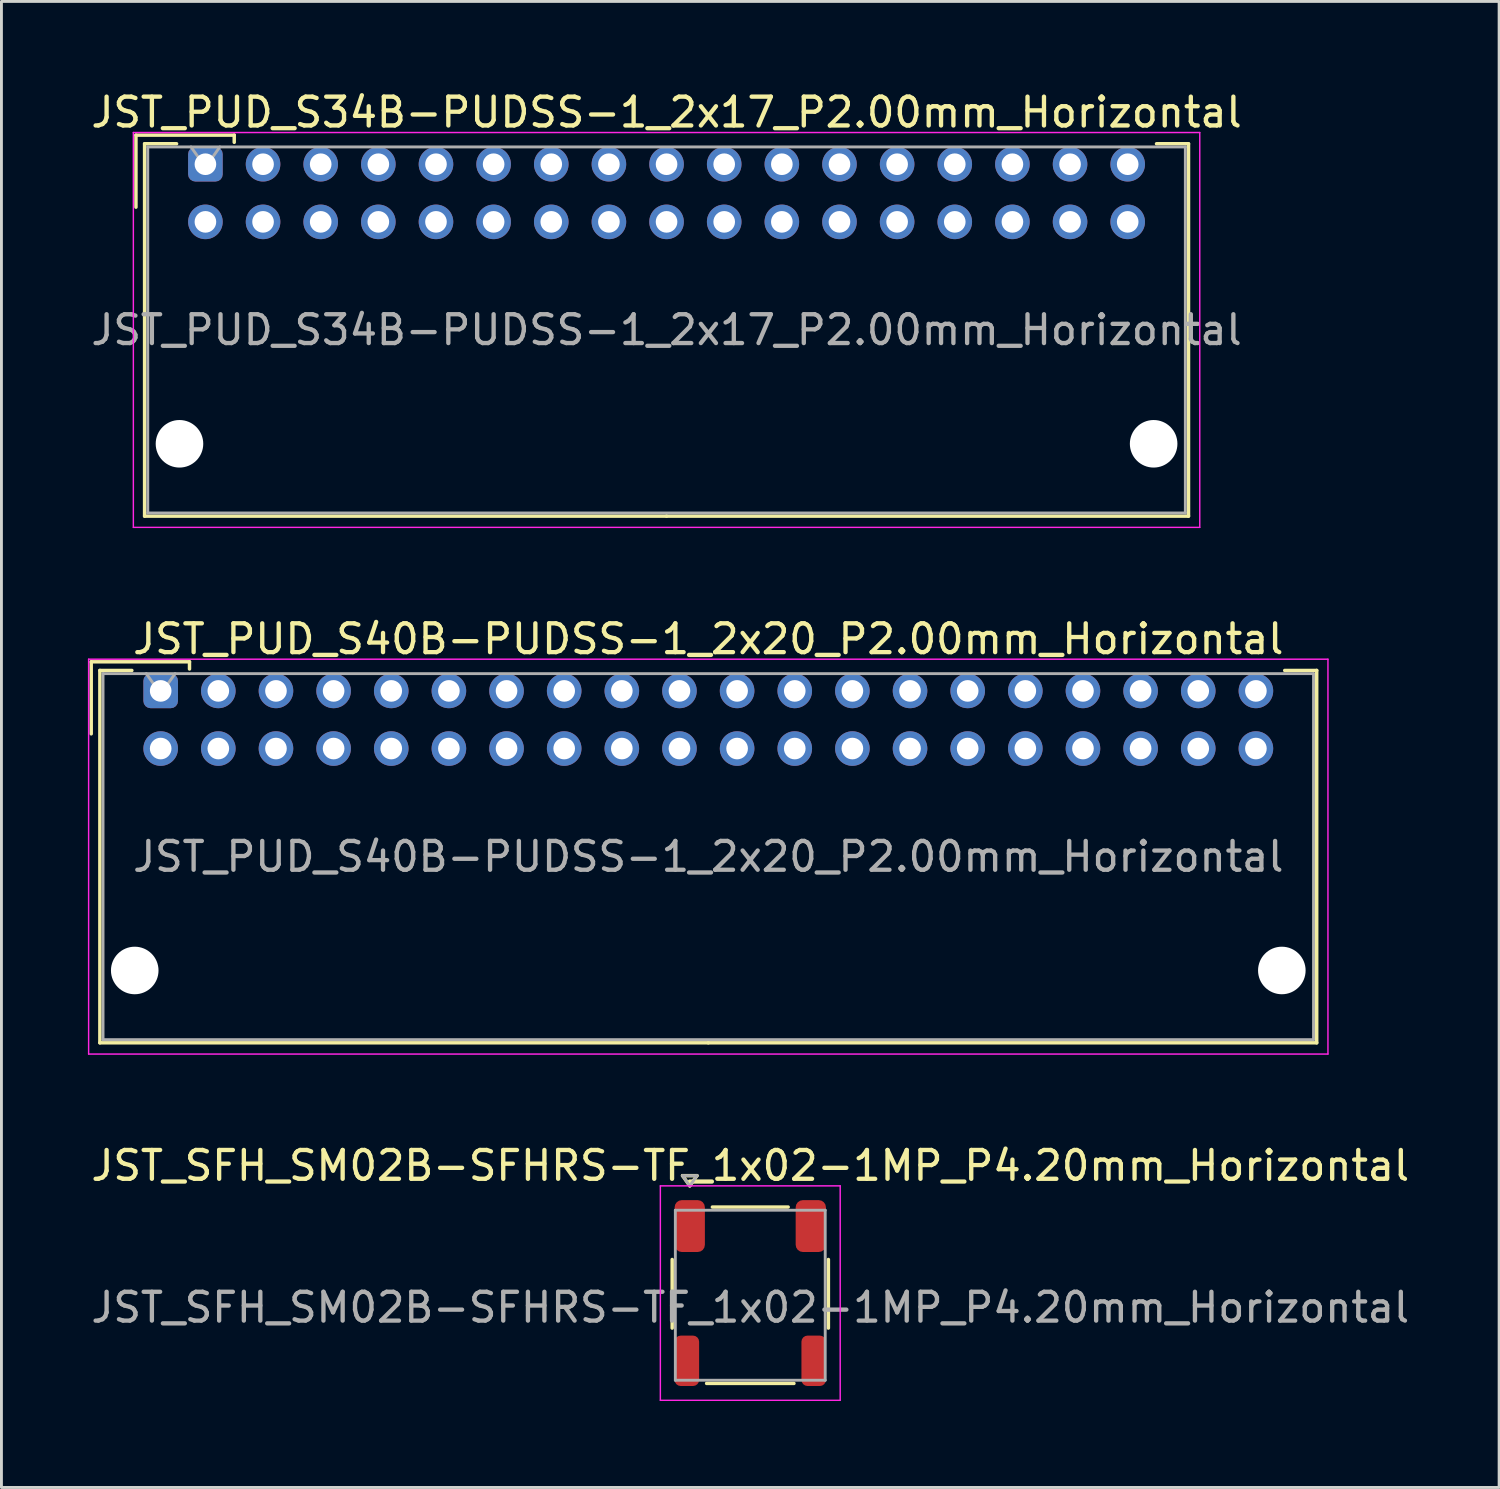
<source format=kicad_pcb>
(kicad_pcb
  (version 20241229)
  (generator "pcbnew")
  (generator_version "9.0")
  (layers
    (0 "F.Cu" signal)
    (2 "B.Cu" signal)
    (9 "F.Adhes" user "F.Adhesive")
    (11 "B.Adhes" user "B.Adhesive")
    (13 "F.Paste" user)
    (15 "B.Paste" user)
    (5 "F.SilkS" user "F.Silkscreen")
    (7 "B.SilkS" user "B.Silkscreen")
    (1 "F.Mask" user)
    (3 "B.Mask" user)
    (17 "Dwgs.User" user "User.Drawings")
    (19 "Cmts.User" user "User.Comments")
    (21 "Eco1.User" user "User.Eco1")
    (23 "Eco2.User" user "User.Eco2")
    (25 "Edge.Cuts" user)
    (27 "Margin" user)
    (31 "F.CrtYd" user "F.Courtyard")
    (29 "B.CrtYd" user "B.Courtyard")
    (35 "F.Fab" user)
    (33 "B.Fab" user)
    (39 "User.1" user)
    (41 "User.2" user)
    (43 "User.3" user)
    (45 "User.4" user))
  (footprint "JST_PUD_S34B-PUDSS-1_2x17_P2.00mm_Horizontal"
    (layer "F.Cu")
    (at 4.077 2.648)
    (property "Reference" "JST_PUD_S34B-PUDSS-1_2x17_P2.00mm_Horizontal" (at 16 -1.8 0) (layer "F.SilkS") (effects (font (size 1 1) (thickness 0.15))))
    (attr through_hole)
    (fp_line (start -2.41 -1.01) (end -2.41 1.49) (stroke (width 0.12) (type solid)) (layer "F.SilkS"))
    (fp_line (start -2.11 -0.71) (end -2.11 12.21) (stroke (width 0.12) (type solid)) (layer "F.SilkS"))
    (fp_line (start -2.11 12.21) (end 16 12.21) (stroke (width 0.12) (type solid)) (layer "F.SilkS"))
    (fp_line (start -1 -0.71) (end -2.11 -0.71) (stroke (width 0.12) (type solid)) (layer "F.SilkS"))
    (fp_line (start 1 -1.01) (end -2.41 -1.01) (stroke (width 0.12) (type solid)) (layer "F.SilkS"))
    (fp_line (start 1 -0.76) (end 1 -1.01) (stroke (width 0.12) (type solid)) (layer "F.SilkS"))
    (fp_line (start 33 -0.71) (end 34.11 -0.71) (stroke (width 0.12) (type solid)) (layer "F.SilkS"))
    (fp_line (start 34.11 -0.71) (end 34.11 12.21) (stroke (width 0.12) (type solid)) (layer "F.SilkS"))
    (fp_line (start 34.11 12.21) (end 16 12.21) (stroke (width 0.12) (type solid)) (layer "F.SilkS"))
    (fp_line (start -2.5 -1.1) (end -2.5 12.6) (stroke (width 0.05) (type solid)) (layer "F.CrtYd"))
    (fp_line (start -2.5 12.6) (end 34.5 12.6) (stroke (width 0.05) (type solid)) (layer "F.CrtYd"))
    (fp_line (start 34.5 -1.1) (end -2.5 -1.1) (stroke (width 0.05) (type solid)) (layer "F.CrtYd"))
    (fp_line (start 34.5 12.6) (end 34.5 -1.1) (stroke (width 0.05) (type solid)) (layer "F.CrtYd"))
    (fp_line (start -2 -0.6) (end -2 12.1) (stroke (width 0.1) (type solid)) (layer "F.Fab"))
    (fp_line (start -2 12.1) (end 34 12.1) (stroke (width 0.1) (type solid)) (layer "F.Fab"))
    (fp_line (start 0 0.107) (end -0.5 -0.6) (stroke (width 0.1) (type solid)) (layer "F.Fab"))
    (fp_line (start 0.5 -0.6) (end 0 0.107) (stroke (width 0.1) (type solid)) (layer "F.Fab"))
    (fp_line (start 34 -0.6) (end -2 -0.6) (stroke (width 0.1) (type solid)) (layer "F.Fab"))
    (fp_line (start 34 12.1) (end 34 -0.6) (stroke (width 0.1) (type solid)) (layer "F.Fab"))
    (fp_text user "${REFERENCE}" (at 16 5.75 0) (layer "F.Fab") (effects (font (size 1 1) (thickness 0.15))))
    (pad "" np_thru_hole circle (at -0.9 9.7) (size 1.65 1.65) (drill 1.65) (layers "*.Cu" "*.Mask"))
    (pad "" np_thru_hole circle (at 32.9 9.7) (size 1.65 1.65) (drill 1.65) (layers "*.Cu" "*.Mask"))
    (pad "1" thru_hole roundrect (at 0 0) (size 1.2 1.2) (drill 0.75) (layers "*.Cu" "*.Mask") (roundrect_rratio 0.208))
    (pad "2" thru_hole circle (at 0 2) (size 1.2 1.2) (drill 0.75) (layers "*.Cu" "*.Mask"))
    (pad "3" thru_hole circle (at 2 0) (size 1.2 1.2) (drill 0.75) (layers "*.Cu" "*.Mask"))
    (pad "4" thru_hole circle (at 2 2) (size 1.2 1.2) (drill 0.75) (layers "*.Cu" "*.Mask"))
    (pad "5" thru_hole circle (at 4 0) (size 1.2 1.2) (drill 0.75) (layers "*.Cu" "*.Mask"))
    (pad "6" thru_hole circle (at 4 2) (size 1.2 1.2) (drill 0.75) (layers "*.Cu" "*.Mask"))
    (pad "7" thru_hole circle (at 6 0) (size 1.2 1.2) (drill 0.75) (layers "*.Cu" "*.Mask"))
    (pad "8" thru_hole circle (at 6 2) (size 1.2 1.2) (drill 0.75) (layers "*.Cu" "*.Mask"))
    (pad "9" thru_hole circle (at 8 0) (size 1.2 1.2) (drill 0.75) (layers "*.Cu" "*.Mask"))
    (pad "10" thru_hole circle (at 8 2) (size 1.2 1.2) (drill 0.75) (layers "*.Cu" "*.Mask"))
    (pad "11" thru_hole circle (at 10 0) (size 1.2 1.2) (drill 0.75) (layers "*.Cu" "*.Mask"))
    (pad "12" thru_hole circle (at 10 2) (size 1.2 1.2) (drill 0.75) (layers "*.Cu" "*.Mask"))
    (pad "13" thru_hole circle (at 12 0) (size 1.2 1.2) (drill 0.75) (layers "*.Cu" "*.Mask"))
    (pad "14" thru_hole circle (at 12 2) (size 1.2 1.2) (drill 0.75) (layers "*.Cu" "*.Mask"))
    (pad "15" thru_hole circle (at 14 0) (size 1.2 1.2) (drill 0.75) (layers "*.Cu" "*.Mask"))
    (pad "16" thru_hole circle (at 14 2) (size 1.2 1.2) (drill 0.75) (layers "*.Cu" "*.Mask"))
    (pad "17" thru_hole circle (at 16 0) (size 1.2 1.2) (drill 0.75) (layers "*.Cu" "*.Mask"))
    (pad "18" thru_hole circle (at 16 2) (size 1.2 1.2) (drill 0.75) (layers "*.Cu" "*.Mask"))
    (pad "19" thru_hole circle (at 18 0) (size 1.2 1.2) (drill 0.75) (layers "*.Cu" "*.Mask"))
    (pad "20" thru_hole circle (at 18 2) (size 1.2 1.2) (drill 0.75) (layers "*.Cu" "*.Mask"))
    (pad "21" thru_hole circle (at 20 0) (size 1.2 1.2) (drill 0.75) (layers "*.Cu" "*.Mask"))
    (pad "22" thru_hole circle (at 20 2) (size 1.2 1.2) (drill 0.75) (layers "*.Cu" "*.Mask"))
    (pad "23" thru_hole circle (at 22 0) (size 1.2 1.2) (drill 0.75) (layers "*.Cu" "*.Mask"))
    (pad "24" thru_hole circle (at 22 2) (size 1.2 1.2) (drill 0.75) (layers "*.Cu" "*.Mask"))
    (pad "25" thru_hole circle (at 24 0) (size 1.2 1.2) (drill 0.75) (layers "*.Cu" "*.Mask"))
    (pad "26" thru_hole circle (at 24 2) (size 1.2 1.2) (drill 0.75) (layers "*.Cu" "*.Mask"))
    (pad "27" thru_hole circle (at 26 0) (size 1.2 1.2) (drill 0.75) (layers "*.Cu" "*.Mask"))
    (pad "28" thru_hole circle (at 26 2) (size 1.2 1.2) (drill 0.75) (layers "*.Cu" "*.Mask"))
    (pad "29" thru_hole circle (at 28 0) (size 1.2 1.2) (drill 0.75) (layers "*.Cu" "*.Mask"))
    (pad "30" thru_hole circle (at 28 2) (size 1.2 1.2) (drill 0.75) (layers "*.Cu" "*.Mask"))
    (pad "31" thru_hole circle (at 30 0) (size 1.2 1.2) (drill 0.75) (layers "*.Cu" "*.Mask"))
    (pad "32" thru_hole circle (at 30 2) (size 1.2 1.2) (drill 0.75) (layers "*.Cu" "*.Mask"))
    (pad "33" thru_hole circle (at 32 0) (size 1.2 1.2) (drill 0.75) (layers "*.Cu" "*.Mask"))
    (pad "34" thru_hole circle (at 32 2) (size 1.2 1.2) (drill 0.75) (layers "*.Cu" "*.Mask")))
  (footprint "JST_PUD_S40B-PUDSS-1_2x20_P2.00mm_Horizontal"
    (layer "F.Cu")
    (at 2.525 20.922)
    (property "Reference" "JST_PUD_S40B-PUDSS-1_2x20_P2.00mm_Horizontal" (at 19 -1.8 0) (layer "F.SilkS") (effects (font (size 1 1) (thickness 0.15))))
    (attr through_hole)
    (fp_line (start -2.41 -1.01) (end -2.41 1.49) (stroke (width 0.12) (type solid)) (layer "F.SilkS"))
    (fp_line (start -2.11 -0.71) (end -2.11 12.21) (stroke (width 0.12) (type solid)) (layer "F.SilkS"))
    (fp_line (start -2.11 12.21) (end 19 12.21) (stroke (width 0.12) (type solid)) (layer "F.SilkS"))
    (fp_line (start -1 -0.71) (end -2.11 -0.71) (stroke (width 0.12) (type solid)) (layer "F.SilkS"))
    (fp_line (start 1 -1.01) (end -2.41 -1.01) (stroke (width 0.12) (type solid)) (layer "F.SilkS"))
    (fp_line (start 1 -0.76) (end 1 -1.01) (stroke (width 0.12) (type solid)) (layer "F.SilkS"))
    (fp_line (start 39 -0.71) (end 40.11 -0.71) (stroke (width 0.12) (type solid)) (layer "F.SilkS"))
    (fp_line (start 40.11 -0.71) (end 40.11 12.21) (stroke (width 0.12) (type solid)) (layer "F.SilkS"))
    (fp_line (start 40.11 12.21) (end 19 12.21) (stroke (width 0.12) (type solid)) (layer "F.SilkS"))
    (fp_line (start -2.5 -1.1) (end -2.5 12.6) (stroke (width 0.05) (type solid)) (layer "F.CrtYd"))
    (fp_line (start -2.5 12.6) (end 40.5 12.6) (stroke (width 0.05) (type solid)) (layer "F.CrtYd"))
    (fp_line (start 40.5 -1.1) (end -2.5 -1.1) (stroke (width 0.05) (type solid)) (layer "F.CrtYd"))
    (fp_line (start 40.5 12.6) (end 40.5 -1.1) (stroke (width 0.05) (type solid)) (layer "F.CrtYd"))
    (fp_line (start -2 -0.6) (end -2 12.1) (stroke (width 0.1) (type solid)) (layer "F.Fab"))
    (fp_line (start -2 12.1) (end 40 12.1) (stroke (width 0.1) (type solid)) (layer "F.Fab"))
    (fp_line (start 0 0.107) (end -0.5 -0.6) (stroke (width 0.1) (type solid)) (layer "F.Fab"))
    (fp_line (start 0.5 -0.6) (end 0 0.107) (stroke (width 0.1) (type solid)) (layer "F.Fab"))
    (fp_line (start 40 -0.6) (end -2 -0.6) (stroke (width 0.1) (type solid)) (layer "F.Fab"))
    (fp_line (start 40 12.1) (end 40 -0.6) (stroke (width 0.1) (type solid)) (layer "F.Fab"))
    (fp_text user "${REFERENCE}" (at 19 5.75 0) (layer "F.Fab") (effects (font (size 1 1) (thickness 0.15))))
    (pad "" np_thru_hole circle (at -0.9 9.7) (size 1.65 1.65) (drill 1.65) (layers "*.Cu" "*.Mask"))
    (pad "" np_thru_hole circle (at 38.9 9.7) (size 1.65 1.65) (drill 1.65) (layers "*.Cu" "*.Mask"))
    (pad "1" thru_hole roundrect (at 0 0) (size 1.2 1.2) (drill 0.75) (layers "*.Cu" "*.Mask") (roundrect_rratio 0.208))
    (pad "2" thru_hole circle (at 0 2) (size 1.2 1.2) (drill 0.75) (layers "*.Cu" "*.Mask"))
    (pad "3" thru_hole circle (at 2 0) (size 1.2 1.2) (drill 0.75) (layers "*.Cu" "*.Mask"))
    (pad "4" thru_hole circle (at 2 2) (size 1.2 1.2) (drill 0.75) (layers "*.Cu" "*.Mask"))
    (pad "5" thru_hole circle (at 4 0) (size 1.2 1.2) (drill 0.75) (layers "*.Cu" "*.Mask"))
    (pad "6" thru_hole circle (at 4 2) (size 1.2 1.2) (drill 0.75) (layers "*.Cu" "*.Mask"))
    (pad "7" thru_hole circle (at 6 0) (size 1.2 1.2) (drill 0.75) (layers "*.Cu" "*.Mask"))
    (pad "8" thru_hole circle (at 6 2) (size 1.2 1.2) (drill 0.75) (layers "*.Cu" "*.Mask"))
    (pad "9" thru_hole circle (at 8 0) (size 1.2 1.2) (drill 0.75) (layers "*.Cu" "*.Mask"))
    (pad "10" thru_hole circle (at 8 2) (size 1.2 1.2) (drill 0.75) (layers "*.Cu" "*.Mask"))
    (pad "11" thru_hole circle (at 10 0) (size 1.2 1.2) (drill 0.75) (layers "*.Cu" "*.Mask"))
    (pad "12" thru_hole circle (at 10 2) (size 1.2 1.2) (drill 0.75) (layers "*.Cu" "*.Mask"))
    (pad "13" thru_hole circle (at 12 0) (size 1.2 1.2) (drill 0.75) (layers "*.Cu" "*.Mask"))
    (pad "14" thru_hole circle (at 12 2) (size 1.2 1.2) (drill 0.75) (layers "*.Cu" "*.Mask"))
    (pad "15" thru_hole circle (at 14 0) (size 1.2 1.2) (drill 0.75) (layers "*.Cu" "*.Mask"))
    (pad "16" thru_hole circle (at 14 2) (size 1.2 1.2) (drill 0.75) (layers "*.Cu" "*.Mask"))
    (pad "17" thru_hole circle (at 16 0) (size 1.2 1.2) (drill 0.75) (layers "*.Cu" "*.Mask"))
    (pad "18" thru_hole circle (at 16 2) (size 1.2 1.2) (drill 0.75) (layers "*.Cu" "*.Mask"))
    (pad "19" thru_hole circle (at 18 0) (size 1.2 1.2) (drill 0.75) (layers "*.Cu" "*.Mask"))
    (pad "20" thru_hole circle (at 18 2) (size 1.2 1.2) (drill 0.75) (layers "*.Cu" "*.Mask"))
    (pad "21" thru_hole circle (at 20 0) (size 1.2 1.2) (drill 0.75) (layers "*.Cu" "*.Mask"))
    (pad "22" thru_hole circle (at 20 2) (size 1.2 1.2) (drill 0.75) (layers "*.Cu" "*.Mask"))
    (pad "23" thru_hole circle (at 22 0) (size 1.2 1.2) (drill 0.75) (layers "*.Cu" "*.Mask"))
    (pad "24" thru_hole circle (at 22 2) (size 1.2 1.2) (drill 0.75) (layers "*.Cu" "*.Mask"))
    (pad "25" thru_hole circle (at 24 0) (size 1.2 1.2) (drill 0.75) (layers "*.Cu" "*.Mask"))
    (pad "26" thru_hole circle (at 24 2) (size 1.2 1.2) (drill 0.75) (layers "*.Cu" "*.Mask"))
    (pad "27" thru_hole circle (at 26 0) (size 1.2 1.2) (drill 0.75) (layers "*.Cu" "*.Mask"))
    (pad "28" thru_hole circle (at 26 2) (size 1.2 1.2) (drill 0.75) (layers "*.Cu" "*.Mask"))
    (pad "29" thru_hole circle (at 28 0) (size 1.2 1.2) (drill 0.75) (layers "*.Cu" "*.Mask"))
    (pad "30" thru_hole circle (at 28 2) (size 1.2 1.2) (drill 0.75) (layers "*.Cu" "*.Mask"))
    (pad "31" thru_hole circle (at 30 0) (size 1.2 1.2) (drill 0.75) (layers "*.Cu" "*.Mask"))
    (pad "32" thru_hole circle (at 30 2) (size 1.2 1.2) (drill 0.75) (layers "*.Cu" "*.Mask"))
    (pad "33" thru_hole circle (at 32 0) (size 1.2 1.2) (drill 0.75) (layers "*.Cu" "*.Mask"))
    (pad "34" thru_hole circle (at 32 2) (size 1.2 1.2) (drill 0.75) (layers "*.Cu" "*.Mask"))
    (pad "35" thru_hole circle (at 34 0) (size 1.2 1.2) (drill 0.75) (layers "*.Cu" "*.Mask"))
    (pad "36" thru_hole circle (at 34 2) (size 1.2 1.2) (drill 0.75) (layers "*.Cu" "*.Mask"))
    (pad "37" thru_hole circle (at 36 0) (size 1.2 1.2) (drill 0.75) (layers "*.Cu" "*.Mask"))
    (pad "38" thru_hole circle (at 36 2) (size 1.2 1.2) (drill 0.75) (layers "*.Cu" "*.Mask"))
    (pad "39" thru_hole circle (at 38 0) (size 1.2 1.2) (drill 0.75) (layers "*.Cu" "*.Mask"))
    (pad "40" thru_hole circle (at 38 2) (size 1.2 1.2) (drill 0.75) (layers "*.Cu" "*.Mask")))
  (footprint "JST_SFH_SM02B-SFHRS-TF_1x02-1MP_P4.20mm_Horizontal"
    (layer "F.Cu")
    (at 22.982 41.815)
    (property "Reference" "JST_SFH_SM02B-SFHRS-TF_1x02-1MP_P4.20mm_Horizontal" (at 0 -4.42 0) (layer "F.SilkS") (effects (font (size 1 1) (thickness 0.15))))
    (attr smd)
    (fp_line (start -2.71 -1.165) (end -2.71 1.215) (stroke (width 0.12) (type solid)) (layer "F.SilkS"))
    (fp_line (start -2.35 -4.074) (end -2.1 -3.72) (stroke (width 0.12) (type solid)) (layer "F.SilkS"))
    (fp_line (start -2.1 -3.72) (end -1.85 -4.074) (stroke (width 0.12) (type solid)) (layer "F.SilkS"))
    (fp_line (start -1.85 -4.074) (end -2.35 -4.074) (stroke (width 0.12) (type solid)) (layer "F.SilkS"))
    (fp_line (start -1.515 3.135) (end 1.515 3.135) (stroke (width 0.12) (type solid)) (layer "F.SilkS"))
    (fp_line (start -1.315 -2.985) (end 1.315 -2.985) (stroke (width 0.12) (type solid)) (layer "F.SilkS"))
    (fp_line (start 2.71 -1.165) (end 2.71 1.215) (stroke (width 0.12) (type solid)) (layer "F.SilkS"))
    (fp_line (start -3.12 -3.72) (end -3.12 3.72) (stroke (width 0.05) (type solid)) (layer "F.CrtYd"))
    (fp_line (start -3.12 3.72) (end 3.12 3.72) (stroke (width 0.05) (type solid)) (layer "F.CrtYd"))
    (fp_line (start 3.12 -3.72) (end -3.12 -3.72) (stroke (width 0.05) (type solid)) (layer "F.CrtYd"))
    (fp_line (start 3.12 3.72) (end 3.12 -3.72) (stroke (width 0.05) (type solid)) (layer "F.CrtYd"))
    (fp_line (start -2.6 -2.875) (end -2.6 3.025) (stroke (width 0.1) (type solid)) (layer "F.Fab"))
    (fp_line (start -2.6 -2.875) (end 2.6 -2.875) (stroke (width 0.1) (type solid)) (layer "F.Fab"))
    (fp_line (start -2.6 3.025) (end 2.6 3.025) (stroke (width 0.1) (type solid)) (layer "F.Fab"))
    (fp_line (start -2.35 -4.074) (end -2.1 -3.72) (stroke (width 0.1) (type solid)) (layer "F.Fab"))
    (fp_line (start -2.1 -3.72) (end -1.85 -4.074) (stroke (width 0.1) (type solid)) (layer "F.Fab"))
    (fp_line (start -1.85 -4.074) (end -2.35 -4.074) (stroke (width 0.1) (type solid)) (layer "F.Fab"))
    (fp_line (start 2.6 -2.875) (end 2.6 3.025) (stroke (width 0.1) (type solid)) (layer "F.Fab"))
    (fp_text user "${REFERENCE}" (at 0 0.5 0) (layer "F.Fab") (effects (font (size 1 1) (thickness 0.15))))
    (pad "1" smd roundrect (at -2.1 -2.325) (size 1.05 1.8) (layers "F.Cu" "F.Mask" "F.Paste") (roundrect_rratio 0.238))
    (pad "2" smd roundrect (at 2.1 -2.325) (size 1.05 1.8) (layers "F.Cu" "F.Mask" "F.Paste") (roundrect_rratio 0.238))
    (pad "MP" smd roundrect (at -2.2 2.35) (size 0.85 1.75) (layers "F.Cu" "F.Mask" "F.Paste") (roundrect_rratio 0.25))
    (pad "MP" smd roundrect (at 2.2 2.35) (size 0.85 1.75) (layers "F.Cu" "F.Mask" "F.Paste") (roundrect_rratio 0.25)))
  (gr_rect
    (start -3 -3)
    (end 48.964 48.56)
    (stroke (width 0.1) (type default))
    (fill no)
    (layer "Edge.Cuts")))
</source>
